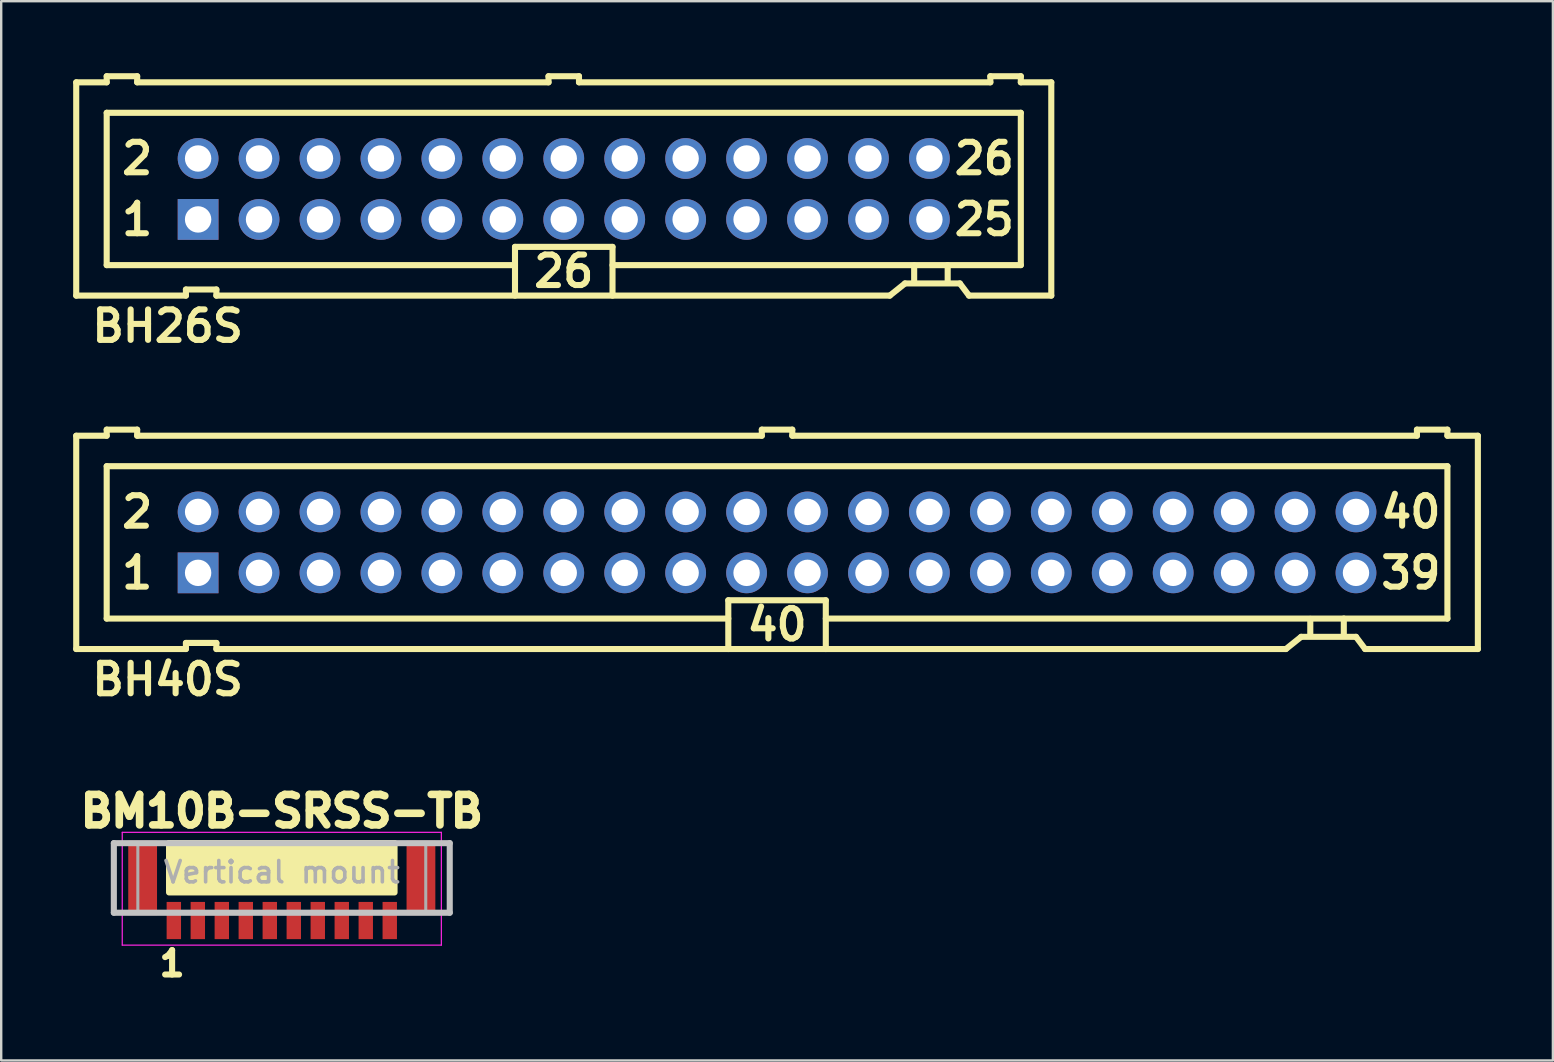
<source format=kicad_pcb>
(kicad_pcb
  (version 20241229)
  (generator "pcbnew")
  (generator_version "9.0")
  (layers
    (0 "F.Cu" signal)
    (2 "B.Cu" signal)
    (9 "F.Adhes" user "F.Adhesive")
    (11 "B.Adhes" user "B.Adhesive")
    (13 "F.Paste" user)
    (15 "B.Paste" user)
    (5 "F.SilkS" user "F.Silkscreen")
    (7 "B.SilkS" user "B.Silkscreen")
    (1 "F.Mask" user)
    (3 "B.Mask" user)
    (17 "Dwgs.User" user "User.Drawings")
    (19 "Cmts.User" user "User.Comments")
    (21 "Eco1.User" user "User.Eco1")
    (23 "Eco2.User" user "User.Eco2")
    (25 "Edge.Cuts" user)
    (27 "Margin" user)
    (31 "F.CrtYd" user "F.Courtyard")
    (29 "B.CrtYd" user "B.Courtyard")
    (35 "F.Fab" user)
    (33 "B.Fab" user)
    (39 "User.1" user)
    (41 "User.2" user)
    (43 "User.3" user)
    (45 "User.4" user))
  (footprint "BH26S"
    (layer "F.Cu")
    (at 20.447 4.826)
    (property "Reference" "BH26S" (at -16.51 5.715 0) (layer "F.SilkS") (effects (font (size 1.27 1.27) (thickness 0.254))))
    (attr through_hole)
    (fp_line (start -20.32 -4.445) (end -20.32 4.445) (stroke (width 0.254) (type solid)) (layer "F.SilkS"))
    (fp_line (start -20.32 -4.445) (end -19.05 -4.445) (stroke (width 0.254) (type solid)) (layer "F.SilkS"))
    (fp_line (start -20.32 4.445) (end -15.748 4.445) (stroke (width 0.254) (type solid)) (layer "F.SilkS"))
    (fp_line (start -19.05 -4.699) (end -19.05 -4.445) (stroke (width 0.254) (type solid)) (layer "F.SilkS"))
    (fp_line (start -19.05 -3.175) (end -19.05 3.175) (stroke (width 0.254) (type solid)) (layer "F.SilkS"))
    (fp_line (start -19.05 -3.175) (end 19.05 -3.175) (stroke (width 0.254) (type solid)) (layer "F.SilkS"))
    (fp_line (start -17.78 -4.699) (end -19.05 -4.699) (stroke (width 0.254) (type solid)) (layer "F.SilkS"))
    (fp_line (start -17.78 -4.699) (end -17.78 -4.445) (stroke (width 0.254) (type solid)) (layer "F.SilkS"))
    (fp_line (start -15.748 4.191) (end -15.748 4.445) (stroke (width 0.254) (type solid)) (layer "F.SilkS"))
    (fp_line (start -15.748 4.191) (end -14.478 4.191) (stroke (width 0.254) (type solid)) (layer "F.SilkS"))
    (fp_line (start -14.478 4.191) (end -14.478 4.445) (stroke (width 0.254) (type solid)) (layer "F.SilkS"))
    (fp_line (start -14.478 4.445) (end 13.589 4.445) (stroke (width 0.254) (type solid)) (layer "F.SilkS"))
    (fp_line (start -2.032 2.413) (end 2.032 2.413) (stroke (width 0.254) (type solid)) (layer "F.SilkS"))
    (fp_line (start -2.032 3.175) (end -19.05 3.175) (stroke (width 0.254) (type solid)) (layer "F.SilkS"))
    (fp_line (start -2.032 4.445) (end -2.032 2.413) (stroke (width 0.254) (type solid)) (layer "F.SilkS"))
    (fp_line (start -0.635 -4.699) (end -0.635 -4.445) (stroke (width 0.254) (type solid)) (layer "F.SilkS"))
    (fp_line (start -0.635 -4.445) (end -17.78 -4.445) (stroke (width 0.254) (type solid)) (layer "F.SilkS"))
    (fp_line (start 0.635 -4.699) (end -0.635 -4.699) (stroke (width 0.254) (type solid)) (layer "F.SilkS"))
    (fp_line (start 0.635 -4.699) (end 0.635 -4.445) (stroke (width 0.254) (type solid)) (layer "F.SilkS"))
    (fp_line (start 2.032 2.413) (end 2.032 4.445) (stroke (width 0.254) (type solid)) (layer "F.SilkS"))
    (fp_line (start 2.032 3.175) (end 19.05 3.175) (stroke (width 0.254) (type solid)) (layer "F.SilkS"))
    (fp_line (start 13.589 4.445) (end 14.224 3.937) (stroke (width 0.254) (type solid)) (layer "F.SilkS"))
    (fp_line (start 14.224 3.937) (end 16.51 3.937) (stroke (width 0.254) (type solid)) (layer "F.SilkS"))
    (fp_line (start 14.605 3.188) (end 14.605 3.835) (stroke (width 0.254) (type solid)) (layer "F.SilkS"))
    (fp_line (start 16.002 3.175) (end 16.002 3.835) (stroke (width 0.254) (type solid)) (layer "F.SilkS"))
    (fp_line (start 16.51 3.937) (end 16.891 4.445) (stroke (width 0.254) (type solid)) (layer "F.SilkS"))
    (fp_line (start 16.891 4.445) (end 20.32 4.445) (stroke (width 0.254) (type solid)) (layer "F.SilkS"))
    (fp_line (start 17.78 -4.699) (end 17.78 -4.445) (stroke (width 0.254) (type solid)) (layer "F.SilkS"))
    (fp_line (start 17.78 -4.445) (end 0.635 -4.445) (stroke (width 0.254) (type solid)) (layer "F.SilkS"))
    (fp_line (start 19.05 -4.699) (end 17.78 -4.699) (stroke (width 0.254) (type solid)) (layer "F.SilkS"))
    (fp_line (start 19.05 -4.699) (end 19.05 -4.445) (stroke (width 0.254) (type solid)) (layer "F.SilkS"))
    (fp_line (start 19.05 -3.175) (end 19.05 3.175) (stroke (width 0.254) (type solid)) (layer "F.SilkS"))
    (fp_line (start 20.32 -4.445) (end 19.05 -4.445) (stroke (width 0.254) (type solid)) (layer "F.SilkS"))
    (fp_line (start 20.32 -4.445) (end 20.32 4.445) (stroke (width 0.254) (type solid)) (layer "F.SilkS"))
    (fp_text user "26" (at 0 3.429 0) (layer "F.SilkS") (effects (font (size 1.27 1.27) (thickness 0.254))))
    (fp_text user "26" (at 17.526 -1.27 0) (layer "F.SilkS") (effects (font (size 1.27 1.27) (thickness 0.254))))
    (fp_text user "1" (at -17.78 1.27 0) (layer "F.SilkS") (effects (font (size 1.27 1.27) (thickness 0.254))))
    (fp_text user "25" (at 17.526 1.27 0) (layer "F.SilkS") (effects (font (size 1.27 1.27) (thickness 0.254))))
    (fp_text user "2" (at -17.78 -1.27 0) (layer "F.SilkS") (effects (font (size 1.27 1.27) (thickness 0.254))))
    (pad "1" thru_hole rect (at -15.24 1.27) (size 1.7 1.7) (drill 1.1) (layers "*.Cu" "*.Mask"))
    (pad "2" thru_hole circle (at -15.24 -1.27) (size 1.7 1.7) (drill 1.1) (layers "*.Cu" "*.Mask"))
    (pad "3" thru_hole circle (at -12.7 1.27) (size 1.7 1.7) (drill 1.1) (layers "*.Cu" "*.Mask"))
    (pad "4" thru_hole circle (at -12.7 -1.27) (size 1.7 1.7) (drill 1.1) (layers "*.Cu" "*.Mask"))
    (pad "5" thru_hole circle (at -10.16 1.27) (size 1.7 1.7) (drill 1.1) (layers "*.Cu" "*.Mask"))
    (pad "6" thru_hole circle (at -10.16 -1.27) (size 1.7 1.7) (drill 1.1) (layers "*.Cu" "*.Mask"))
    (pad "7" thru_hole circle (at -7.62 1.27) (size 1.7 1.7) (drill 1.1) (layers "*.Cu" "*.Mask"))
    (pad "8" thru_hole circle (at -7.62 -1.27) (size 1.7 1.7) (drill 1.1) (layers "*.Cu" "*.Mask"))
    (pad "9" thru_hole circle (at -5.08 1.27) (size 1.7 1.7) (drill 1.1) (layers "*.Cu" "*.Mask"))
    (pad "10" thru_hole circle (at -5.08 -1.27) (size 1.7 1.7) (drill 1.1) (layers "*.Cu" "*.Mask"))
    (pad "11" thru_hole circle (at -2.54 1.27) (size 1.7 1.7) (drill 1.1) (layers "*.Cu" "*.Mask"))
    (pad "12" thru_hole circle (at -2.54 -1.27) (size 1.7 1.7) (drill 1.1) (layers "*.Cu" "*.Mask"))
    (pad "13" thru_hole circle (at 0 1.27) (size 1.7 1.7) (drill 1.1) (layers "*.Cu" "*.Mask"))
    (pad "14" thru_hole circle (at 0 -1.27) (size 1.7 1.7) (drill 1.1) (layers "*.Cu" "*.Mask"))
    (pad "15" thru_hole circle (at 2.54 1.27) (size 1.7 1.7) (drill 1.1) (layers "*.Cu" "*.Mask"))
    (pad "16" thru_hole circle (at 2.54 -1.27) (size 1.7 1.7) (drill 1.1) (layers "*.Cu" "*.Mask"))
    (pad "17" thru_hole circle (at 5.08 1.27) (size 1.7 1.7) (drill 1.1) (layers "*.Cu" "*.Mask"))
    (pad "18" thru_hole circle (at 5.08 -1.27) (size 1.7 1.7) (drill 1.1) (layers "*.Cu" "*.Mask"))
    (pad "19" thru_hole circle (at 7.62 1.27) (size 1.7 1.7) (drill 1.1) (layers "*.Cu" "*.Mask"))
    (pad "20" thru_hole circle (at 7.62 -1.27) (size 1.7 1.7) (drill 1.1) (layers "*.Cu" "*.Mask"))
    (pad "21" thru_hole circle (at 10.16 1.27) (size 1.7 1.7) (drill 1.1) (layers "*.Cu" "*.Mask"))
    (pad "22" thru_hole circle (at 10.16 -1.27) (size 1.7 1.7) (drill 1.1) (layers "*.Cu" "*.Mask"))
    (pad "23" thru_hole circle (at 12.7 1.27) (size 1.7 1.7) (drill 1.1) (layers "*.Cu" "*.Mask"))
    (pad "24" thru_hole circle (at 12.7 -1.27) (size 1.7 1.7) (drill 1.1) (layers "*.Cu" "*.Mask"))
    (pad "25" thru_hole circle (at 15.24 1.27) (size 1.7 1.7) (drill 1.1) (layers "*.Cu" "*.Mask"))
    (pad "26" thru_hole circle (at 15.24 -1.27) (size 1.7 1.7) (drill 1.1) (layers "*.Cu" "*.Mask")))
  (footprint "BH40S"
    (layer "F.Cu")
    (at 29.337 19.556)
    (property "Reference" "BH40S" (at -25.4 5.715 0) (layer "F.SilkS") (effects (font (size 1.27 1.27) (thickness 0.254))))
    (attr through_hole)
    (fp_line (start -29.21 -4.445) (end -29.21 4.445) (stroke (width 0.254) (type solid)) (layer "F.SilkS"))
    (fp_line (start -29.21 -4.445) (end -27.94 -4.445) (stroke (width 0.254) (type solid)) (layer "F.SilkS"))
    (fp_line (start -29.21 4.445) (end -24.638 4.445) (stroke (width 0.254) (type solid)) (layer "F.SilkS"))
    (fp_line (start -27.94 -4.699) (end -27.94 -4.445) (stroke (width 0.254) (type solid)) (layer "F.SilkS"))
    (fp_line (start -27.94 -3.175) (end -27.94 3.175) (stroke (width 0.254) (type solid)) (layer "F.SilkS"))
    (fp_line (start -27.94 -3.175) (end 27.94 -3.175) (stroke (width 0.254) (type solid)) (layer "F.SilkS"))
    (fp_line (start -26.67 -4.699) (end -27.94 -4.699) (stroke (width 0.254) (type solid)) (layer "F.SilkS"))
    (fp_line (start -26.67 -4.699) (end -26.67 -4.445) (stroke (width 0.254) (type solid)) (layer "F.SilkS"))
    (fp_line (start -24.638 4.191) (end -24.638 4.445) (stroke (width 0.254) (type solid)) (layer "F.SilkS"))
    (fp_line (start -24.638 4.191) (end -23.368 4.191) (stroke (width 0.254) (type solid)) (layer "F.SilkS"))
    (fp_line (start -23.368 4.191) (end -23.368 4.445) (stroke (width 0.254) (type solid)) (layer "F.SilkS"))
    (fp_line (start -23.368 4.445) (end 21.209 4.445) (stroke (width 0.254) (type solid)) (layer "F.SilkS"))
    (fp_line (start -2.032 2.413) (end 2.032 2.413) (stroke (width 0.254) (type solid)) (layer "F.SilkS"))
    (fp_line (start -2.032 3.175) (end -27.94 3.175) (stroke (width 0.254) (type solid)) (layer "F.SilkS"))
    (fp_line (start -2.032 4.445) (end -2.032 2.413) (stroke (width 0.254) (type solid)) (layer "F.SilkS"))
    (fp_line (start -0.635 -4.699) (end -0.635 -4.445) (stroke (width 0.254) (type solid)) (layer "F.SilkS"))
    (fp_line (start -0.635 -4.445) (end -26.67 -4.445) (stroke (width 0.254) (type solid)) (layer "F.SilkS"))
    (fp_line (start 0.635 -4.699) (end -0.635 -4.699) (stroke (width 0.254) (type solid)) (layer "F.SilkS"))
    (fp_line (start 0.635 -4.699) (end 0.635 -4.445) (stroke (width 0.254) (type solid)) (layer "F.SilkS"))
    (fp_line (start 2.032 2.413) (end 2.032 4.445) (stroke (width 0.254) (type solid)) (layer "F.SilkS"))
    (fp_line (start 2.032 3.175) (end 27.94 3.175) (stroke (width 0.254) (type solid)) (layer "F.SilkS"))
    (fp_line (start 21.209 4.445) (end 21.844 3.937) (stroke (width 0.254) (type solid)) (layer "F.SilkS"))
    (fp_line (start 21.844 3.937) (end 24.13 3.937) (stroke (width 0.254) (type solid)) (layer "F.SilkS"))
    (fp_line (start 22.225 3.188) (end 22.225 3.835) (stroke (width 0.254) (type solid)) (layer "F.SilkS"))
    (fp_line (start 23.622 3.175) (end 23.622 3.835) (stroke (width 0.254) (type solid)) (layer "F.SilkS"))
    (fp_line (start 24.13 3.937) (end 24.511 4.445) (stroke (width 0.254) (type solid)) (layer "F.SilkS"))
    (fp_line (start 24.511 4.445) (end 29.21 4.445) (stroke (width 0.254) (type solid)) (layer "F.SilkS"))
    (fp_line (start 26.67 -4.699) (end 26.67 -4.445) (stroke (width 0.254) (type solid)) (layer "F.SilkS"))
    (fp_line (start 26.67 -4.445) (end 0.635 -4.445) (stroke (width 0.254) (type solid)) (layer "F.SilkS"))
    (fp_line (start 27.94 -4.699) (end 26.67 -4.699) (stroke (width 0.254) (type solid)) (layer "F.SilkS"))
    (fp_line (start 27.94 -4.699) (end 27.94 -4.445) (stroke (width 0.254) (type solid)) (layer "F.SilkS"))
    (fp_line (start 27.94 -3.175) (end 27.94 3.175) (stroke (width 0.254) (type solid)) (layer "F.SilkS"))
    (fp_line (start 29.21 -4.445) (end 27.94 -4.445) (stroke (width 0.254) (type solid)) (layer "F.SilkS"))
    (fp_line (start 29.21 -4.445) (end 29.21 4.445) (stroke (width 0.254) (type solid)) (layer "F.SilkS"))
    (fp_text user "39" (at 26.416 1.27 0) (layer "F.SilkS") (effects (font (size 1.27 1.27) (thickness 0.254))))
    (fp_text user "40" (at 26.416 -1.27 0) (layer "F.SilkS") (effects (font (size 1.27 1.27) (thickness 0.254))))
    (fp_text user "40" (at 0 3.429 0) (layer "F.SilkS") (effects (font (size 1.27 1.27) (thickness 0.254))))
    (fp_text user "2" (at -26.67 -1.27 0) (layer "F.SilkS") (effects (font (size 1.27 1.27) (thickness 0.254))))
    (fp_text user "1" (at -26.67 1.27 0) (layer "F.SilkS") (effects (font (size 1.27 1.27) (thickness 0.254))))
    (pad "1" thru_hole rect (at -24.13 1.27) (size 1.7 1.7) (drill 1.1) (layers "*.Cu" "*.Mask"))
    (pad "2" thru_hole circle (at -24.13 -1.27) (size 1.7 1.7) (drill 1.1) (layers "*.Cu" "*.Mask"))
    (pad "3" thru_hole circle (at -21.59 1.27) (size 1.7 1.7) (drill 1.1) (layers "*.Cu" "*.Mask"))
    (pad "4" thru_hole circle (at -21.59 -1.27) (size 1.7 1.7) (drill 1.1) (layers "*.Cu" "*.Mask"))
    (pad "5" thru_hole circle (at -19.05 1.27) (size 1.7 1.7) (drill 1.1) (layers "*.Cu" "*.Mask"))
    (pad "6" thru_hole circle (at -19.05 -1.27) (size 1.7 1.7) (drill 1.1) (layers "*.Cu" "*.Mask"))
    (pad "7" thru_hole circle (at -16.51 1.27) (size 1.7 1.7) (drill 1.1) (layers "*.Cu" "*.Mask"))
    (pad "8" thru_hole circle (at -16.51 -1.27) (size 1.7 1.7) (drill 1.1) (layers "*.Cu" "*.Mask"))
    (pad "9" thru_hole circle (at -13.97 1.27) (size 1.7 1.7) (drill 1.1) (layers "*.Cu" "*.Mask"))
    (pad "10" thru_hole circle (at -13.97 -1.27) (size 1.7 1.7) (drill 1.1) (layers "*.Cu" "*.Mask"))
    (pad "11" thru_hole circle (at -11.43 1.27) (size 1.7 1.7) (drill 1.1) (layers "*.Cu" "*.Mask"))
    (pad "12" thru_hole circle (at -11.43 -1.27) (size 1.7 1.7) (drill 1.1) (layers "*.Cu" "*.Mask"))
    (pad "13" thru_hole circle (at -8.89 1.27) (size 1.7 1.7) (drill 1.1) (layers "*.Cu" "*.Mask"))
    (pad "14" thru_hole circle (at -8.89 -1.27) (size 1.7 1.7) (drill 1.1) (layers "*.Cu" "*.Mask"))
    (pad "15" thru_hole circle (at -6.35 1.27) (size 1.7 1.7) (drill 1.1) (layers "*.Cu" "*.Mask"))
    (pad "16" thru_hole circle (at -6.35 -1.27) (size 1.7 1.7) (drill 1.1) (layers "*.Cu" "*.Mask"))
    (pad "17" thru_hole circle (at -3.81 1.27) (size 1.7 1.7) (drill 1.1) (layers "*.Cu" "*.Mask"))
    (pad "18" thru_hole circle (at -3.81 -1.27) (size 1.7 1.7) (drill 1.1) (layers "*.Cu" "*.Mask"))
    (pad "19" thru_hole circle (at -1.27 1.27) (size 1.7 1.7) (drill 1.1) (layers "*.Cu" "*.Mask"))
    (pad "20" thru_hole circle (at -1.27 -1.27) (size 1.7 1.7) (drill 1.1) (layers "*.Cu" "*.Mask"))
    (pad "21" thru_hole circle (at 1.27 1.27) (size 1.7 1.7) (drill 1.1) (layers "*.Cu" "*.Mask"))
    (pad "22" thru_hole circle (at 1.27 -1.27) (size 1.7 1.7) (drill 1.1) (layers "*.Cu" "*.Mask"))
    (pad "23" thru_hole circle (at 3.81 1.27) (size 1.7 1.7) (drill 1.1) (layers "*.Cu" "*.Mask"))
    (pad "24" thru_hole circle (at 3.81 -1.27) (size 1.7 1.7) (drill 1.1) (layers "*.Cu" "*.Mask"))
    (pad "25" thru_hole circle (at 6.35 1.27) (size 1.7 1.7) (drill 1.1) (layers "*.Cu" "*.Mask"))
    (pad "26" thru_hole circle (at 6.35 -1.27) (size 1.7 1.7) (drill 1.1) (layers "*.Cu" "*.Mask"))
    (pad "27" thru_hole circle (at 8.89 1.27) (size 1.7 1.7) (drill 1.1) (layers "*.Cu" "*.Mask"))
    (pad "28" thru_hole circle (at 8.89 -1.27) (size 1.7 1.7) (drill 1.1) (layers "*.Cu" "*.Mask"))
    (pad "29" thru_hole circle (at 11.43 1.27) (size 1.7 1.7) (drill 1.1) (layers "*.Cu" "*.Mask"))
    (pad "30" thru_hole circle (at 11.43 -1.27) (size 1.7 1.7) (drill 1.1) (layers "*.Cu" "*.Mask"))
    (pad "31" thru_hole circle (at 13.97 1.27) (size 1.7 1.7) (drill 1.1) (layers "*.Cu" "*.Mask"))
    (pad "32" thru_hole circle (at 13.97 -1.27) (size 1.7 1.7) (drill 1.1) (layers "*.Cu" "*.Mask"))
    (pad "33" thru_hole circle (at 16.51 1.27) (size 1.7 1.7) (drill 1.1) (layers "*.Cu" "*.Mask"))
    (pad "34" thru_hole circle (at 16.51 -1.27) (size 1.7 1.7) (drill 1.1) (layers "*.Cu" "*.Mask"))
    (pad "35" thru_hole circle (at 19.05 1.27) (size 1.7 1.7) (drill 1.1) (layers "*.Cu" "*.Mask"))
    (pad "36" thru_hole circle (at 19.05 -1.27) (size 1.7 1.7) (drill 1.1) (layers "*.Cu" "*.Mask"))
    (pad "37" thru_hole circle (at 21.59 1.27) (size 1.7 1.7) (drill 1.1) (layers "*.Cu" "*.Mask"))
    (pad "38" thru_hole circle (at 21.59 -1.27) (size 1.7 1.7) (drill 1.1) (layers "*.Cu" "*.Mask"))
    (pad "39" thru_hole circle (at 24.13 1.27) (size 1.7 1.7) (drill 1.1) (layers "*.Cu" "*.Mask"))
    (pad "40" thru_hole circle (at 24.13 -1.27) (size 1.7 1.7) (drill 1.1) (layers "*.Cu" "*.Mask")))
  (footprint "BM10B-SRSS-TB"
    (layer "F.Cu")
    (at 8.695 33.892)
    (property "Reference" "BM10B-SRSS-TB" (at 0 -3.132 0) (layer "F.SilkS") (effects (font (size 1.27 1.27) (thickness 0.318) (bold yes))))
    (attr smd)
    (fp_line (start -4.699 -1.8) (end 4.699 -1.8) (stroke (width 0.254) (type solid)) (layer "F.SilkS"))
    (fp_poly (pts (xy -4.699 -1.8) (xy -4.699 0.254) (xy 4.699 0.254) (xy 4.699 -1.8)) (stroke (width 0.254) (type solid)) (fill yes) (layer "F.SilkS"))
    (fp_line (start -7 -1.8) (end -7 1.1) (stroke (width 0.254) (type solid)) (layer "Dwgs.User"))
    (fp_line (start -7 1.1) (end 7 1.1) (stroke (width 0.254) (type solid)) (layer "Dwgs.User"))
    (fp_line (start 7 -1.8) (end -7 -1.8) (stroke (width 0.254) (type solid)) (layer "Dwgs.User"))
    (fp_line (start 7 1.1) (end 7 -1.8) (stroke (width 0.254) (type solid)) (layer "Dwgs.User"))
    (fp_line (start -6.65 -2.25) (end -6.65 2.45) (stroke (width 0.05) (type solid)) (layer "F.CrtYd"))
    (fp_line (start -6.65 2.45) (end 6.65 2.45) (stroke (width 0.05) (type solid)) (layer "F.CrtYd"))
    (fp_line (start 6.65 -2.25) (end -6.65 -2.25) (stroke (width 0.05) (type solid)) (layer "F.CrtYd"))
    (fp_line (start 6.65 2.45) (end 6.65 -2.25) (stroke (width 0.05) (type solid)) (layer "F.CrtYd"))
    (fp_line (start -6 -1.8) (end 6 -1.8) (stroke (width 0.127) (type solid)) (layer "F.Fab"))
    (fp_line (start -6 1.1) (end -6 -1.8) (stroke (width 0.127) (type solid)) (layer "F.Fab"))
    (fp_line (start 6 -1.8) (end 6 1.1) (stroke (width 0.127) (type solid)) (layer "F.Fab"))
    (fp_line (start 6 1.1) (end -6 1.1) (stroke (width 0.127) (type solid)) (layer "F.Fab"))
    (fp_text user "1" (at -4.572 3.218 0) (layer "F.SilkS") (effects (font (size 1.016 1.016) (thickness 0.254))))
    (fp_text user "Vertical mount" (at 0 -0.592 0) (layer "F.Fab") (effects (font (size 0.889 0.889) (thickness 0.15))))
    (pad "0" smd rect (at -5.8 -0.35) (size 1.2 3.1) (layers "F.Cu" "F.Mask" "F.Paste"))
    (pad "0" smd rect (at 5.8 -0.35) (size 1.2 3.1) (layers "F.Cu" "F.Mask" "F.Paste"))
    (pad "1" smd rect (at -4.5 1.425) (size 0.6 1.55) (layers "F.Cu" "F.Mask" "F.Paste"))
    (pad "2" smd rect (at -3.5 1.425) (size 0.6 1.55) (layers "F.Cu" "F.Mask" "F.Paste"))
    (pad "3" smd rect (at -2.5 1.425) (size 0.6 1.55) (layers "F.Cu" "F.Mask" "F.Paste"))
    (pad "4" smd rect (at -1.5 1.425) (size 0.6 1.55) (layers "F.Cu" "F.Mask" "F.Paste"))
    (pad "5" smd rect (at -0.5 1.425) (size 0.6 1.55) (layers "F.Cu" "F.Mask" "F.Paste"))
    (pad "6" smd rect (at 0.5 1.425) (size 0.6 1.55) (layers "F.Cu" "F.Mask" "F.Paste"))
    (pad "7" smd rect (at 1.5 1.425) (size 0.6 1.55) (layers "F.Cu" "F.Mask" "F.Paste"))
    (pad "8" smd rect (at 2.5 1.425) (size 0.6 1.55) (layers "F.Cu" "F.Mask" "F.Paste"))
    (pad "9" smd rect (at 3.5 1.425) (size 0.6 1.55) (layers "F.Cu" "F.Mask" "F.Paste"))
    (pad "10" smd rect (at 4.5 1.425) (size 0.6 1.55) (layers "F.Cu" "F.Mask" "F.Paste")))
  (gr_rect
    (start -3 -3)
    (end 61.674 41.15)
    (stroke (width 0.1) (type default))
    (fill no)
    (layer "Edge.Cuts")))
</source>
